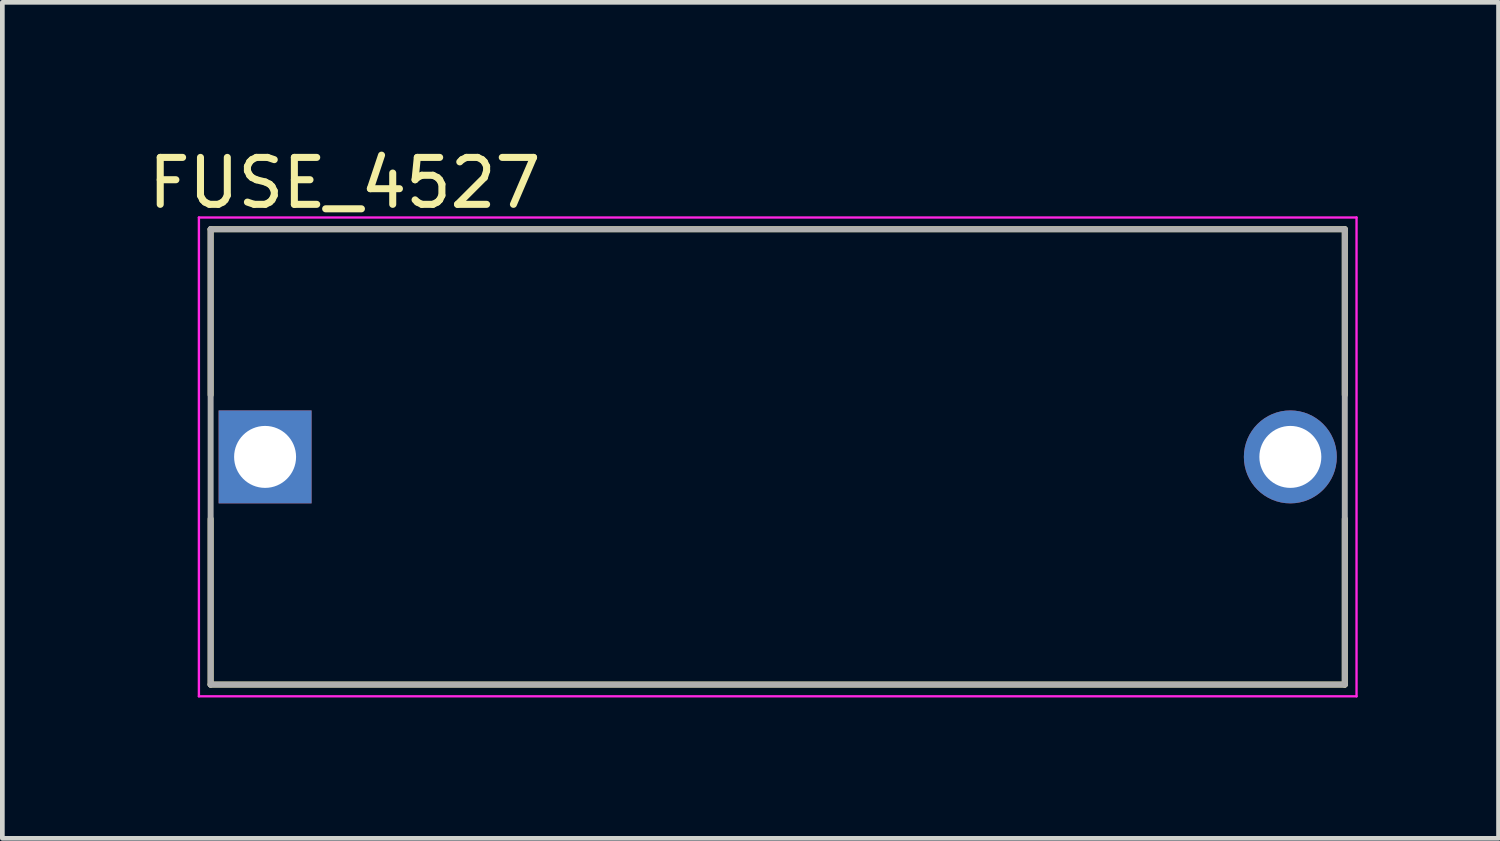
<source format=kicad_pcb>
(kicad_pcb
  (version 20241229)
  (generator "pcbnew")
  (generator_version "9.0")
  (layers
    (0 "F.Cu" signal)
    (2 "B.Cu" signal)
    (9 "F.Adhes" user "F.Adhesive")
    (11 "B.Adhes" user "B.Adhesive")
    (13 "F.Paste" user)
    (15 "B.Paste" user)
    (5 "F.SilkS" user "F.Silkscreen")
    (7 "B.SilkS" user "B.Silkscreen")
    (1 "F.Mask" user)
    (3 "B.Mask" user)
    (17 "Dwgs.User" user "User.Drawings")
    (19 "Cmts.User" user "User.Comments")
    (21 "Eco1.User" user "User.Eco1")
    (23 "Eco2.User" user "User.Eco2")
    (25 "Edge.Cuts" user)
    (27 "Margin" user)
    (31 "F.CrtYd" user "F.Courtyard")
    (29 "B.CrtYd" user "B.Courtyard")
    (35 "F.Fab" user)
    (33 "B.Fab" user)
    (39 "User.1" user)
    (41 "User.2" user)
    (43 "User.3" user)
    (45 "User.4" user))
  (footprint "FUSE_4527"
    (layer "F.Cu")
    (at 13.517 6.683)
    (property "Reference" "FUSE_4527" (at -9.225 -5.835 0) (layer "F.SilkS") (effects (font (size 1 1) (thickness 0.15))))
    (attr through_hole)
    (fp_line (start -12.08 -4.85) (end -12.08 -1.32) (stroke (width 0.127) (type solid)) (layer "F.SilkS"))
    (fp_line (start -12.08 -4.85) (end 12.08 -4.85) (stroke (width 0.127) (type solid)) (layer "F.SilkS"))
    (fp_line (start -12.08 4.85) (end -12.08 1.32) (stroke (width 0.127) (type solid)) (layer "F.SilkS"))
    (fp_line (start -12.08 4.85) (end 12.08 4.85) (stroke (width 0.127) (type solid)) (layer "F.SilkS"))
    (fp_line (start 12.08 -4.85) (end 12.08 -1.32) (stroke (width 0.127) (type solid)) (layer "F.SilkS"))
    (fp_line (start 12.08 4.85) (end 12.08 1.32) (stroke (width 0.127) (type solid)) (layer "F.SilkS"))
    (fp_line (start -12.33 -5.1) (end 12.33 -5.1) (stroke (width 0.05) (type solid)) (layer "F.CrtYd"))
    (fp_line (start -12.33 5.1) (end -12.33 -5.1) (stroke (width 0.05) (type solid)) (layer "F.CrtYd"))
    (fp_line (start 12.33 -5.1) (end 12.33 5.1) (stroke (width 0.05) (type solid)) (layer "F.CrtYd"))
    (fp_line (start 12.33 5.1) (end -12.33 5.1) (stroke (width 0.05) (type solid)) (layer "F.CrtYd"))
    (fp_line (start -12.08 -4.85) (end 12.08 -4.85) (stroke (width 0.127) (type solid)) (layer "F.Fab"))
    (fp_line (start -12.08 4.85) (end -12.08 -4.85) (stroke (width 0.127) (type solid)) (layer "F.Fab"))
    (fp_line (start 12.08 -4.85) (end 12.08 4.85) (stroke (width 0.127) (type solid)) (layer "F.Fab"))
    (fp_line (start 12.08 4.85) (end -12.08 4.85) (stroke (width 0.127) (type solid)) (layer "F.Fab"))
    (pad "1" thru_hole rect (at -10.92 0) (size 1.98 1.98) (drill 1.32) (layers "*.Cu" "*.Mask"))
    (pad "2" thru_hole circle (at 10.92 0) (size 1.98 1.98) (drill 1.32) (layers "*.Cu" "*.Mask")))
  (gr_rect
    (start -3 -3)
    (end 28.872 14.808)
    (stroke (width 0.1) (type default))
    (fill no)
    (layer "Edge.Cuts")))
</source>
